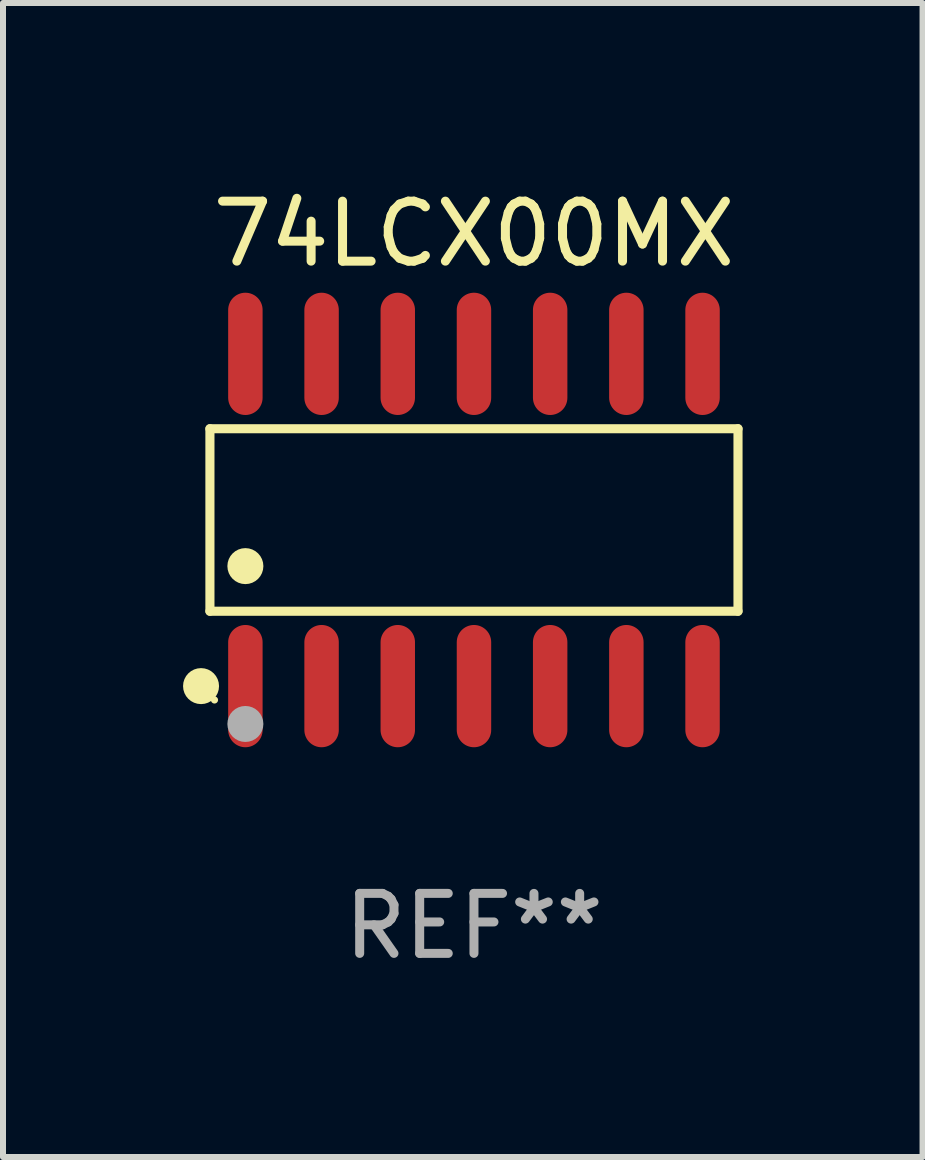
<source format=kicad_pcb>
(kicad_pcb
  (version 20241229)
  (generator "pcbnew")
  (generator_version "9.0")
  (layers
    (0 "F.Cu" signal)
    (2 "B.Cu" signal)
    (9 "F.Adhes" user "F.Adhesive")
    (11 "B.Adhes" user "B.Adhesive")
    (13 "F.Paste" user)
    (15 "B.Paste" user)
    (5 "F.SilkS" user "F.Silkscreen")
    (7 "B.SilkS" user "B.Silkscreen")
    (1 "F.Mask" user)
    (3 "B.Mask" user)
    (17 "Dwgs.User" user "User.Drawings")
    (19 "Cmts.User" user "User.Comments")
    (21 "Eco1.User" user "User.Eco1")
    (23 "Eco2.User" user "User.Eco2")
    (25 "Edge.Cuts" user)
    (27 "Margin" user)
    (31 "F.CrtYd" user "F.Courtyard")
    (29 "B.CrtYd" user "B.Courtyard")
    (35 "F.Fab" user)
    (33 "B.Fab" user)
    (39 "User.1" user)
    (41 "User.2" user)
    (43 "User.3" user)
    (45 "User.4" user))
  (footprint "74LCX00MX"
    (layer "F.Cu")
    (at 4.85 5.617)
    (property "Reference" "74LCX00MX" (at 0 -4.769 0) (layer "F.SilkS") (effects (font (size 1 1) (thickness 0.15))))
    (attr through_hole)
    (fp_line (start -4.401 -1.521) (end 4.401 -1.521) (stroke (width 0.152) (type solid)) (layer "F.SilkS"))
    (fp_line (start -4.401 1.521) (end -4.401 -1.521) (stroke (width 0.152) (type solid)) (layer "F.SilkS"))
    (fp_line (start 4.401 -1.521) (end 4.401 1.521) (stroke (width 0.152) (type solid)) (layer "F.SilkS"))
    (fp_line (start 4.401 1.521) (end -4.401 1.521) (stroke (width 0.152) (type solid)) (layer "F.SilkS"))
    (fp_circle (center -4.549 2.769) (end -4.399 2.769) (stroke (width 0.3) (type solid)) (fill no) (layer "F.SilkS"))
    (fp_circle (center -4.325 3) (end -4.295 3) (stroke (width 0.06) (type solid)) (fill no) (layer "F.SilkS"))
    (fp_circle (center -3.81 0.769) (end -3.66 0.769) (stroke (width 0.3) (type solid)) (fill no) (layer "F.SilkS"))
    (fp_circle (center -3.81 3.4) (end -3.66 3.4) (stroke (width 0.3) (type solid)) (fill no) (layer "F.Fab"))
    (fp_text user "REF**" (at 0 6.769 0) (layer "F.Fab") (effects (font (size 1 1) (thickness 0.15))))
    (pad "1" smd oval (at -3.81 2.769) (size 0.574 2.038) (layers "F.Cu" "F.Mask" "F.Paste"))
    (pad "2" smd oval (at -2.54 2.769) (size 0.574 2.038) (layers "F.Cu" "F.Mask" "F.Paste"))
    (pad "3" smd oval (at -1.27 2.769) (size 0.574 2.038) (layers "F.Cu" "F.Mask" "F.Paste"))
    (pad "4" smd oval (at 0 2.769) (size 0.574 2.038) (layers "F.Cu" "F.Mask" "F.Paste"))
    (pad "5" smd oval (at 1.27 2.769) (size 0.574 2.038) (layers "F.Cu" "F.Mask" "F.Paste"))
    (pad "6" smd oval (at 2.54 2.769) (size 0.574 2.038) (layers "F.Cu" "F.Mask" "F.Paste"))
    (pad "7" smd oval (at 3.81 2.769) (size 0.574 2.038) (layers "F.Cu" "F.Mask" "F.Paste"))
    (pad "8" smd oval (at 3.81 -2.769) (size 0.574 2.038) (layers "F.Cu" "F.Mask" "F.Paste"))
    (pad "9" smd oval (at 2.54 -2.769) (size 0.574 2.038) (layers "F.Cu" "F.Mask" "F.Paste"))
    (pad "10" smd oval (at 1.27 -2.769) (size 0.574 2.038) (layers "F.Cu" "F.Mask" "F.Paste"))
    (pad "11" smd oval (at 0 -2.769) (size 0.574 2.038) (layers "F.Cu" "F.Mask" "F.Paste"))
    (pad "12" smd oval (at -1.27 -2.769) (size 0.574 2.038) (layers "F.Cu" "F.Mask" "F.Paste"))
    (pad "13" smd oval (at -2.54 -2.769) (size 0.574 2.038) (layers "F.Cu" "F.Mask" "F.Paste"))
    (pad "14" smd oval (at -3.81 -2.769) (size 0.574 2.038) (layers "F.Cu" "F.Mask" "F.Paste")))
  (gr_rect
    (start -3 -3)
    (end 12.327 16.235)
    (stroke (width 0.1) (type default))
    (fill no)
    (layer "Edge.Cuts")))
</source>
